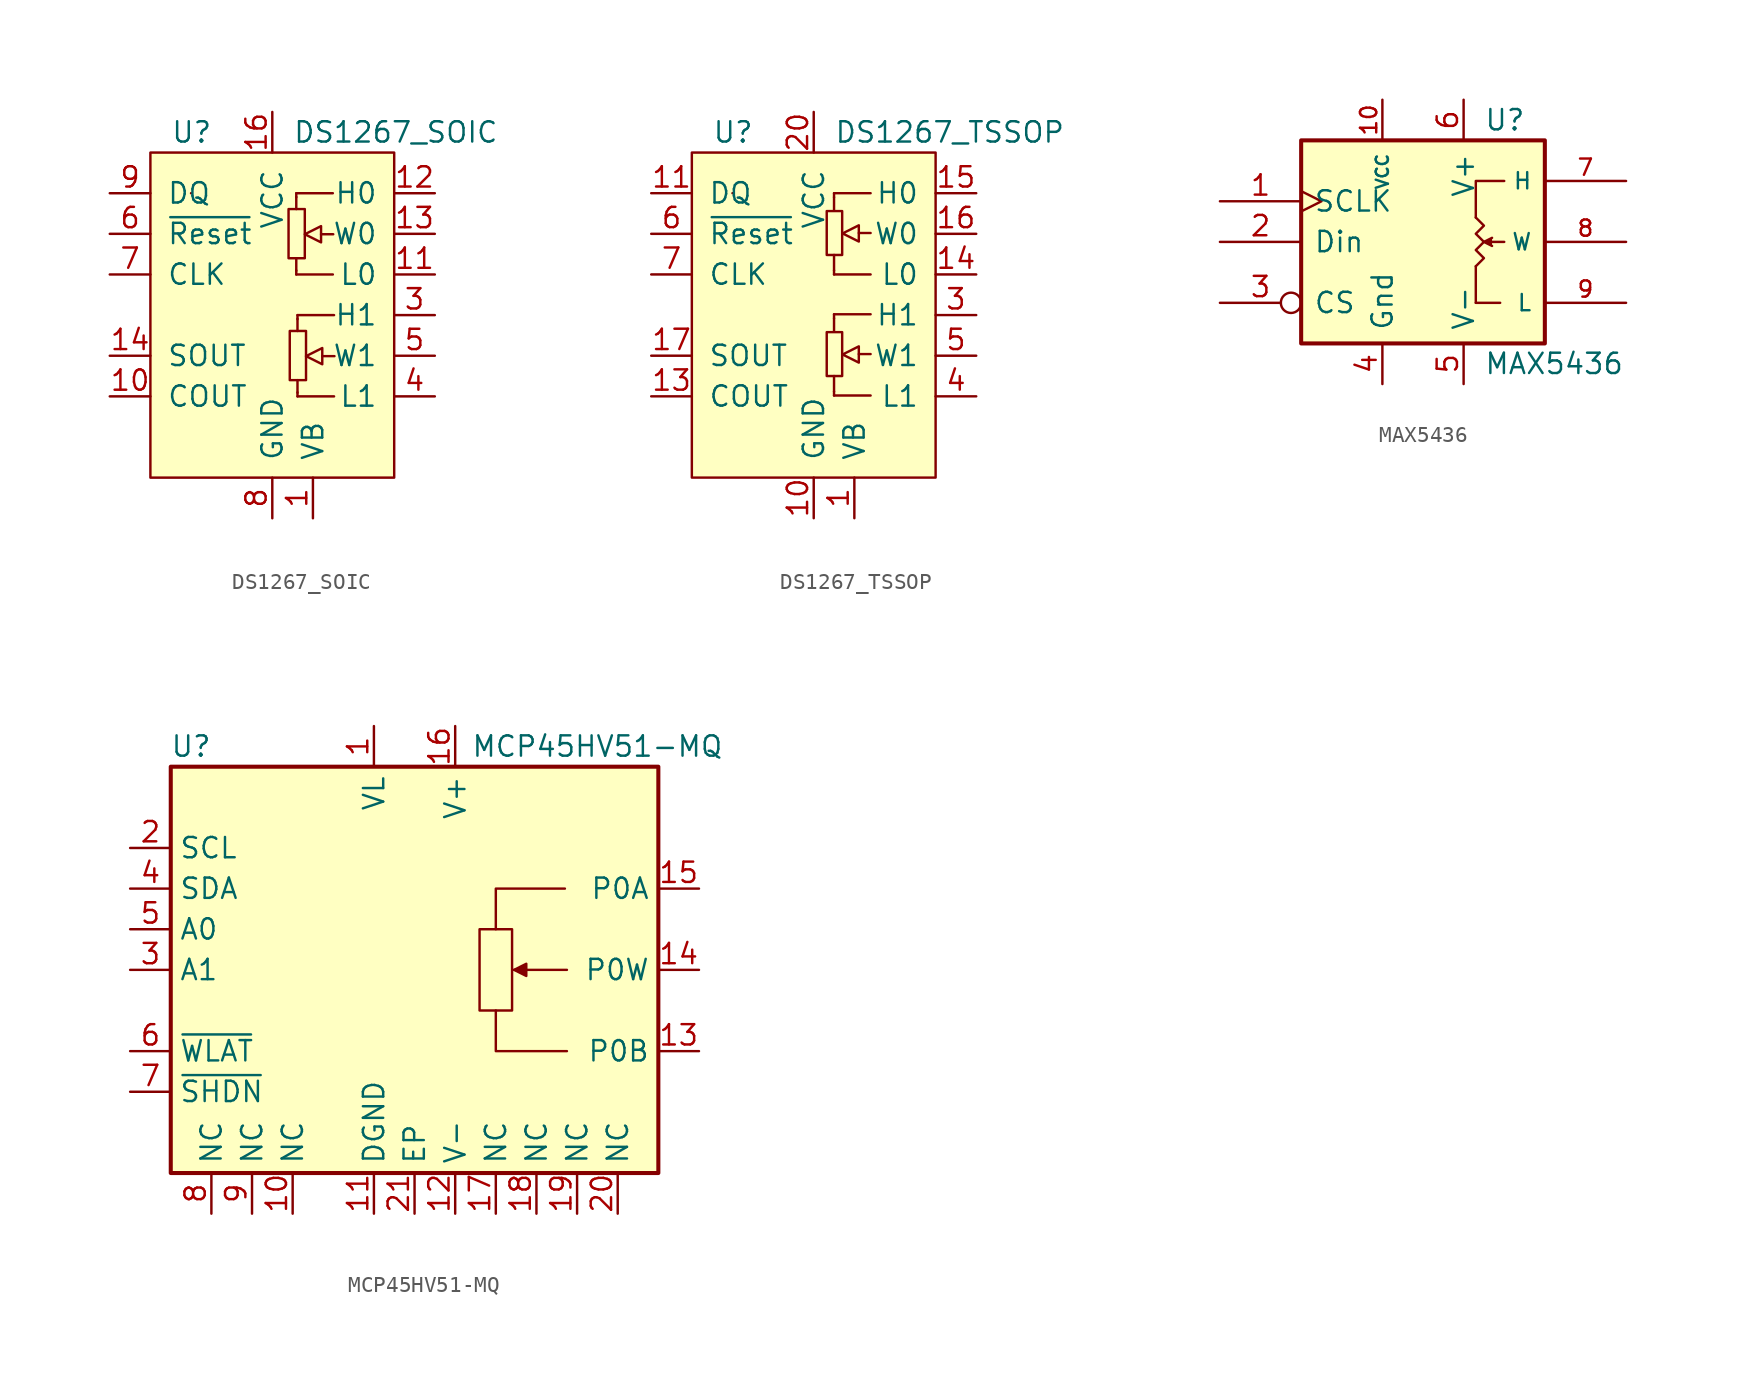
<source format=kicad_sym>
(kicad_symbol_lib
  (version 20211014)
  (generator kicad_symbol_editor)
  (symbol "DS1267_SOIC"
    (pin_names
      (offset 1.016))
    (property "Reference" "U"
      (at -6.35 11.43 0)
      (effects (font (size 1.27 1.27)) (justify left)))
    (property "Value" "DS1267_SOIC"
      (at 1.27 11.43 0)
      (effects (font (size 1.27 1.27)) (justify left)))
    (symbol "DS1267_SOIC_0_1"
      (rectangle (start -7.62 10.16) (end 7.62 -10.16) (stroke (width 0) (type default) (color 0 0 0 0)) (fill (type background)))
      (rectangle (start -5.08 7.62) (end -5.08 7.62) (stroke (width 0) (type default) (color 0 0 0 0)) (fill (type none)))
      (polyline (pts (xy 1.499 2.769) (xy 1.499 3.556)) (stroke (width 0) (type default) (color 0 0 0 0)) (fill (type none)))
      (polyline (pts (xy 1.499 6.629) (xy 1.499 7.391)) (stroke (width 0) (type default) (color 0 0 0 0)) (fill (type none)))
      (polyline (pts (xy 1.575 -4.851) (xy 1.575 -4.064)) (stroke (width 0) (type default) (color 0 0 0 0)) (fill (type none)))
      (polyline (pts (xy 1.575 -0.991) (xy 1.575 -0.229)) (stroke (width 0) (type default) (color 0 0 0 0)) (fill (type none)))
      (polyline (pts (xy 3.048 5.055) (xy 3.81 5.055)) (stroke (width 0) (type default) (color 0 0 0 0)) (fill (type none)))
      (polyline (pts (xy 3.124 -2.565) (xy 3.886 -2.565)) (stroke (width 0) (type default) (color 0 0 0 0)) (fill (type none)))
      (polyline (pts (xy 1.499 2.54) (xy 1.499 2.794) (xy 1.499 2.794)) (stroke (width 0) (type default) (color 0 0 0 0)) (fill (type background)))
      (polyline (pts (xy 1.499 2.54) (xy 3.785 2.54) (xy 3.785 2.54)) (stroke (width 0) (type default) (color 0 0 0 0)) (fill (type background)))
      (polyline (pts (xy 1.499 7.62) (xy 1.499 7.366) (xy 1.499 7.366)) (stroke (width 0) (type default) (color 0 0 0 0)) (fill (type none)))
      (polyline (pts (xy 1.499 7.62) (xy 3.785 7.62) (xy 3.785 7.62)) (stroke (width 0) (type default) (color 0 0 0 0)) (fill (type background)))
      (polyline (pts (xy 1.575 -5.08) (xy 1.575 -4.826) (xy 1.575 -4.826)) (stroke (width 0) (type default) (color 0 0 0 0)) (fill (type background)))
      (polyline (pts (xy 1.575 -5.08) (xy 3.861 -5.08) (xy 3.861 -5.08)) (stroke (width 0) (type default) (color 0 0 0 0)) (fill (type background)))
      (polyline (pts (xy 1.575 0) (xy 1.575 -0.254) (xy 1.575 -0.254)) (stroke (width 0) (type default) (color 0 0 0 0)) (fill (type none)))
      (polyline (pts (xy 1.575 0) (xy 3.861 0) (xy 3.861 0)) (stroke (width 0) (type default) (color 0 0 0 0)) (fill (type background)))
      (polyline (pts (xy 3.048 5.563) (xy 3.048 4.547) (xy 2.032 5.055) (xy 3.048 5.563) (xy 3.048 5.563)) (stroke (width 0) (type default) (color 0 0 0 0)) (fill (type background)))
      (polyline (pts (xy 3.124 -2.057) (xy 3.124 -3.073) (xy 2.108 -2.565) (xy 3.124 -2.057) (xy 3.124 -2.057)) (stroke (width 0) (type default) (color 0 0 0 0)) (fill (type background)))
      (rectangle (start 2.032 6.629) (end 1.016 3.556) (stroke (width 0) (type default) (color 0 0 0 0)) (fill (type none)))
      (rectangle (start 2.108 -0.991) (end 1.092 -4.064) (stroke (width 0) (type default) (color 0 0 0 0)) (fill (type none))))
    (symbol "DS1267_SOIC_1_1"
      (pin power_in line (at 2.54 -12.7 90) (length 2.54) (name "VB" (effects (font (size 1.27 1.27)))) (number "1" (effects (font (size 1.27 1.27)))))
      (pin output line (at -10.16 -5.08 0) (length 2.54) (name "COUT" (effects (font (size 1.27 1.27)))) (number "10" (effects (font (size 1.27 1.27)))))
      (pin passive line (at 10.16 2.54 180) (length 2.54) (name "L0" (effects (font (size 1.27 1.27)))) (number "11" (effects (font (size 1.27 1.27)))))
      (pin passive line (at 10.16 7.62 180) (length 2.54) (name "H0" (effects (font (size 1.27 1.27)))) (number "12" (effects (font (size 1.27 1.27)))))
      (pin passive line (at 10.16 5.08 180) (length 2.54) (name "W0" (effects (font (size 1.27 1.27)))) (number "13" (effects (font (size 1.27 1.27)))))
      (pin output line (at -10.16 -2.54 0) (length 2.54) (name "SOUT" (effects (font (size 1.27 1.27)))) (number "14" (effects (font (size 1.27 1.27)))))
      (pin power_in line (at 0 12.7 270) (length 2.54) (name "VCC" (effects (font (size 1.27 1.27)))) (number "16" (effects (font (size 1.27 1.27)))))
      (pin passive line (at 10.16 0 180) (length 2.54) (name "H1" (effects (font (size 1.27 1.27)))) (number "3" (effects (font (size 1.27 1.27)))))
      (pin passive line (at 10.16 -5.08 180) (length 2.54) (name "L1" (effects (font (size 1.27 1.27)))) (number "4" (effects (font (size 1.27 1.27)))))
      (pin passive line (at 10.16 -2.54 180) (length 2.54) (name "W1" (effects (font (size 1.27 1.27)))) (number "5" (effects (font (size 1.27 1.27)))))
      (pin input line (at -10.16 5.08 0) (length 2.54) (name "~{Reset}" (effects (font (size 1.27 1.27)))) (number "6" (effects (font (size 1.27 1.27)))))
      (pin input line (at -10.16 2.54 0) (length 2.54) (name "CLK" (effects (font (size 1.27 1.27)))) (number "7" (effects (font (size 1.27 1.27)))))
      (pin power_in line (at 0 -12.7 90) (length 2.54) (name "GND" (effects (font (size 1.27 1.27)))) (number "8" (effects (font (size 1.27 1.27)))))
      (pin input line (at -10.16 7.62 0) (length 2.54) (name "DQ" (effects (font (size 1.27 1.27)))) (number "9" (effects (font (size 1.27 1.27)))))))
  (symbol "DS1267_TSSOP"
    (pin_names
      (offset 1.016))
    (property "Reference" "U"
      (at -6.35 11.43 0)
      (effects (font (size 1.27 1.27)) (justify left)))
    (property "Value" "DS1267_TSSOP"
      (at 1.27 11.43 0)
      (effects (font (size 1.27 1.27)) (justify left)))
    (symbol "DS1267_TSSOP_0_1"
      (rectangle (start -7.62 10.16) (end 7.62 -10.16) (stroke (width 0) (type default) (color 0 0 0 0)) (fill (type background)))
      (rectangle (start -5.08 7.62) (end -5.08 7.62) (stroke (width 0) (type default) (color 0 0 0 0)) (fill (type none)))
      (polyline (pts (xy 1.27 -4.775) (xy 1.27 -3.81)) (stroke (width 0) (type default) (color 0 0 0 0)) (fill (type none)))
      (polyline (pts (xy 1.27 -0.203) (xy 1.27 -1.041)) (stroke (width 0) (type default) (color 0 0 0 0)) (fill (type none)))
      (polyline (pts (xy 1.27 2.794) (xy 1.27 3.759)) (stroke (width 0) (type default) (color 0 0 0 0)) (fill (type none)))
      (polyline (pts (xy 1.27 7.366) (xy 1.27 6.528)) (stroke (width 0) (type default) (color 0 0 0 0)) (fill (type none)))
      (polyline (pts (xy 2.819 -2.438) (xy 3.556 -2.438)) (stroke (width 0) (type default) (color 0 0 0 0)) (fill (type none)))
      (polyline (pts (xy 2.819 5.131) (xy 3.556 5.131)) (stroke (width 0) (type default) (color 0 0 0 0)) (fill (type none)))
      (polyline (pts (xy 1.27 -5.029) (xy 1.27 -4.775) (xy 1.27 -4.775)) (stroke (width 0) (type default) (color 0 0 0 0)) (fill (type background)))
      (polyline (pts (xy 1.27 -5.029) (xy 3.556 -5.029) (xy 3.556 -5.029)) (stroke (width 0) (type default) (color 0 0 0 0)) (fill (type background)))
      (polyline (pts (xy 1.27 0.051) (xy 1.27 -0.203) (xy 1.27 -0.203)) (stroke (width 0) (type default) (color 0 0 0 0)) (fill (type none)))
      (polyline (pts (xy 1.27 0.051) (xy 3.556 0.051) (xy 3.556 0.051)) (stroke (width 0) (type default) (color 0 0 0 0)) (fill (type background)))
      (polyline (pts (xy 1.27 2.54) (xy 1.27 2.794) (xy 1.27 2.794)) (stroke (width 0) (type default) (color 0 0 0 0)) (fill (type background)))
      (polyline (pts (xy 1.27 2.54) (xy 3.556 2.54) (xy 3.556 2.54)) (stroke (width 0) (type default) (color 0 0 0 0)) (fill (type background)))
      (polyline (pts (xy 1.27 7.62) (xy 1.27 7.366) (xy 1.27 7.366)) (stroke (width 0) (type default) (color 0 0 0 0)) (fill (type none)))
      (polyline (pts (xy 1.27 7.62) (xy 3.556 7.62) (xy 3.556 7.62)) (stroke (width 0) (type default) (color 0 0 0 0)) (fill (type background)))
      (polyline (pts (xy 2.819 -1.956) (xy 2.819 -2.972) (xy 1.803 -2.464) (xy 2.819 -1.956) (xy 2.819 -1.956)) (stroke (width 0) (type default) (color 0 0 0 0)) (fill (type background)))
      (polyline (pts (xy 2.819 5.613) (xy 2.819 4.597) (xy 1.803 5.105) (xy 2.819 5.613) (xy 2.819 5.613)) (stroke (width 0) (type default) (color 0 0 0 0)) (fill (type background)))
      (rectangle (start 0.813 -1.067) (end 1.778 -3.81) (stroke (width 0) (type default) (color 0 0 0 0)) (fill (type none)))
      (rectangle (start 0.813 6.502) (end 1.778 3.759) (stroke (width 0) (type default) (color 0 0 0 0)) (fill (type none))))
    (symbol "DS1267_TSSOP_1_1"
      (pin power_in line (at 2.54 -12.7 90) (length 2.54) (name "VB" (effects (font (size 1.27 1.27)))) (number "1" (effects (font (size 1.27 1.27)))))
      (pin power_in line (at 0 -12.7 90) (length 2.54) (name "GND" (effects (font (size 1.27 1.27)))) (number "10" (effects (font (size 1.27 1.27)))))
      (pin input line (at -10.16 7.62 0) (length 2.54) (name "DQ" (effects (font (size 1.27 1.27)))) (number "11" (effects (font (size 1.27 1.27)))))
      (pin output line (at -10.16 -5.08 0) (length 2.54) (name "COUT" (effects (font (size 1.27 1.27)))) (number "13" (effects (font (size 1.27 1.27)))))
      (pin passive line (at 10.16 2.54 180) (length 2.54) (name "L0" (effects (font (size 1.27 1.27)))) (number "14" (effects (font (size 1.27 1.27)))))
      (pin passive line (at 10.16 7.62 180) (length 2.54) (name "H0" (effects (font (size 1.27 1.27)))) (number "15" (effects (font (size 1.27 1.27)))))
      (pin passive line (at 10.16 5.08 180) (length 2.54) (name "W0" (effects (font (size 1.27 1.27)))) (number "16" (effects (font (size 1.27 1.27)))))
      (pin output line (at -10.16 -2.54 0) (length 2.54) (name "SOUT" (effects (font (size 1.27 1.27)))) (number "17" (effects (font (size 1.27 1.27)))))
      (pin power_in line (at 0 12.7 270) (length 2.54) (name "VCC" (effects (font (size 1.27 1.27)))) (number "20" (effects (font (size 1.27 1.27)))))
      (pin passive line (at 10.16 0 180) (length 2.54) (name "H1" (effects (font (size 1.27 1.27)))) (number "3" (effects (font (size 1.27 1.27)))))
      (pin passive line (at 10.16 -5.08 180) (length 2.54) (name "L1" (effects (font (size 1.27 1.27)))) (number "4" (effects (font (size 1.27 1.27)))))
      (pin passive line (at 10.16 -2.54 180) (length 2.54) (name "W1" (effects (font (size 1.27 1.27)))) (number "5" (effects (font (size 1.27 1.27)))))
      (pin input line (at -10.16 5.08 0) (length 2.54) (name "~{Reset}" (effects (font (size 1.27 1.27)))) (number "6" (effects (font (size 1.27 1.27)))))
      (pin input line (at -10.16 2.54 0) (length 2.54) (name "CLK" (effects (font (size 1.27 1.27)))) (number "7" (effects (font (size 1.27 1.27)))))))
  (symbol "MAX5436"
    (pin_names
      (offset 0.762))
    (property "Reference" "U"
      (at 3.81 7.62 0)
      (effects (font (size 1.27 1.27)) (justify left)))
    (property "Value" "MAX5436"
      (at 3.81 -7.62 0)
      (effects (font (size 1.27 1.27)) (justify left)))
    (symbol "MAX5436_0_1"
      (rectangle (start -7.62 6.35) (end 7.62 -6.35) (stroke (width 0.254) (type default) (color 0 0 0 0)) (fill (type background)))
      (polyline (pts (xy 3.302 -1.524) (xy 3.302 -3.81)) (stroke (width 0) (type default) (color 0 0 0 0)) (fill (type none)))
      (polyline (pts (xy 4.826 -3.81) (xy 3.302 -3.81)) (stroke (width 0) (type default) (color 0 0 0 0)) (fill (type none)))
      (polyline (pts (xy 5.08 0) (xy 4.318 0)) (stroke (width 0) (type default) (color 0 0 0 0)) (fill (type none)))
      (polyline (pts (xy 3.302 1.524) (xy 3.302 3.81) (xy 5.08 3.81)) (stroke (width 0) (type default) (color 0 0 0 0)) (fill (type none)))
      (polyline (pts (xy 4.318 -0.254) (xy 3.81 0) (xy 4.318 0.254)) (stroke (width 0) (type default) (color 0 0 0 0)) (fill (type outline)))
      (polyline (pts (xy 3.81 0) (xy 3.302 0.508) (xy 3.81 1.016) (xy 3.302 1.524)) (stroke (width 0) (type default) (color 0 0 0 0)) (fill (type none)))
      (polyline (pts (xy 3.81 0) (xy 3.302 -0.508) (xy 3.81 -1.016) (xy 3.302 -1.524) (xy 3.302 -1.524)) (stroke (width 0) (type default) (color 0 0 0 0)) (fill (type none))))
    (symbol "MAX5436_1_1"
      (pin input clock (at -12.7 2.54 0) (length 5.08) (name "SCLK" (effects (font (size 1.27 1.27)))) (number "1" (effects (font (size 1.27 1.27)))))
      (pin power_in line (at -2.54 8.89 270) (length 2.54) (name "VCC" (effects (font (size 0.762 0.762)))) (number "10" (effects (font (size 1.016 1.016)))))
      (pin input line (at -12.7 0 0) (length 5.08) (name "Din" (effects (font (size 1.27 1.27)))) (number "2" (effects (font (size 1.27 1.27)))))
      (pin input inverted (at -12.7 -3.81 0) (length 5.08) (name "CS" (effects (font (size 1.27 1.27)))) (number "3" (effects (font (size 1.27 1.27)))))
      (pin power_in line (at -2.54 -8.89 90) (length 2.54) (name "Gnd" (effects (font (size 1.27 1.27)))) (number "4" (effects (font (size 1.27 1.27)))))
      (pin power_in line (at 2.54 -8.89 90) (length 2.54) (name "V-" (effects (font (size 1.27 1.27)))) (number "5" (effects (font (size 1.27 1.27)))))
      (pin power_in line (at 2.54 8.89 270) (length 2.54) (name "V+" (effects (font (size 1.27 1.27)))) (number "6" (effects (font (size 1.27 1.27)))))
      (pin passive line (at 12.7 3.81 180) (length 5.08) (name "H" (effects (font (size 1.016 1.016)))) (number "7" (effects (font (size 1.016 1.016)))))
      (pin passive line (at 12.7 0 180) (length 5.08) (name "W" (effects (font (size 1.016 1.016)))) (number "8" (effects (font (size 1.016 1.016)))))
      (pin passive line (at 12.7 -3.81 180) (length 5.08) (name "L" (effects (font (size 1.016 1.016)))) (number "9" (effects (font (size 1.016 1.016)))))))
  (symbol "MCP45HV51-MQ"
    (property "Reference" "U"
      (at -13.97 13.97 0)
      (effects (font (size 1.27 1.27))))
    (property "Value" "MCP45HV51-MQ"
      (at 11.43 13.97 0)
      (effects (font (size 1.27 1.27))))
    (symbol "MCP45HV51-MQ_0_1"
      (polyline (pts (xy 9.525 0) (xy 6.223 0)) (stroke (width 0) (type default) (color 0 0 0 0)) (fill (type none)))
      (polyline (pts (xy 5.08 -2.54) (xy 5.08 -5.08) (xy 9.525 -5.08)) (stroke (width 0) (type default) (color 0 0 0 0)) (fill (type none)))
      (polyline (pts (xy 5.08 2.54) (xy 5.08 5.08) (xy 9.398 5.08)) (stroke (width 0) (type default) (color 0 0 0 0)) (fill (type none)))
      (polyline (pts (xy 6.223 0) (xy 6.985 0.381) (xy 6.985 -0.381) (xy 6.223 0)) (stroke (width 0) (type default) (color 0 0 0 0)) (fill (type outline)))
      (rectangle (start 6.096 2.54) (end 4.064 -2.54) (stroke (width 0) (type default) (color 0 0 0 0)) (fill (type none))))
    (symbol "MCP45HV51-MQ_1_1"
      (rectangle (start -15.24 12.7) (end 15.24 -12.7) (stroke (width 0.254) (type default) (color 0 0 0 0)) (fill (type background)))
      (pin power_in line (at -2.54 15.24 270) (length 2.54) (name "VL" (effects (font (size 1.27 1.27)))) (number "1" (effects (font (size 1.27 1.27)))))
      (pin passive line (at -7.62 -15.24 90) (length 2.54) (name "NC" (effects (font (size 1.27 1.27)))) (number "10" (effects (font (size 1.27 1.27)))))
      (pin power_in line (at -2.54 -15.24 90) (length 2.54) (name "DGND" (effects (font (size 1.27 1.27)))) (number "11" (effects (font (size 1.27 1.27)))))
      (pin power_in line (at 2.54 -15.24 90) (length 2.54) (name "V-" (effects (font (size 1.27 1.27)))) (number "12" (effects (font (size 1.27 1.27)))))
      (pin passive line (at 17.78 -5.08 180) (length 2.54) (name "P0B" (effects (font (size 1.27 1.27)))) (number "13" (effects (font (size 1.27 1.27)))))
      (pin passive line (at 17.78 0 180) (length 2.54) (name "P0W" (effects (font (size 1.27 1.27)))) (number "14" (effects (font (size 1.27 1.27)))))
      (pin passive line (at 17.78 5.08 180) (length 2.54) (name "P0A" (effects (font (size 1.27 1.27)))) (number "15" (effects (font (size 1.27 1.27)))))
      (pin power_in line (at 2.54 15.24 270) (length 2.54) (name "V+" (effects (font (size 1.27 1.27)))) (number "16" (effects (font (size 1.27 1.27)))))
      (pin passive line (at 5.08 -15.24 90) (length 2.54) (name "NC" (effects (font (size 1.27 1.27)))) (number "17" (effects (font (size 1.27 1.27)))))
      (pin passive line (at 7.62 -15.24 90) (length 2.54) (name "NC" (effects (font (size 1.27 1.27)))) (number "18" (effects (font (size 1.27 1.27)))))
      (pin passive line (at 10.16 -15.24 90) (length 2.54) (name "NC" (effects (font (size 1.27 1.27)))) (number "19" (effects (font (size 1.27 1.27)))))
      (pin input line (at -17.78 7.62 0) (length 2.54) (name "SCL" (effects (font (size 1.27 1.27)))) (number "2" (effects (font (size 1.27 1.27)))))
      (pin passive line (at 12.7 -15.24 90) (length 2.54) (name "NC" (effects (font (size 1.27 1.27)))) (number "20" (effects (font (size 1.27 1.27)))))
      (pin power_in line (at 0 -15.24 90) (length 2.54) (name "EP" (effects (font (size 1.27 1.27)))) (number "21" (effects (font (size 1.27 1.27)))))
      (pin input line (at -17.78 0 0) (length 2.54) (name "A1" (effects (font (size 1.27 1.27)))) (number "3" (effects (font (size 1.27 1.27)))))
      (pin bidirectional line (at -17.78 5.08 0) (length 2.54) (name "SDA" (effects (font (size 1.27 1.27)))) (number "4" (effects (font (size 1.27 1.27)))))
      (pin input line (at -17.78 2.54 0) (length 2.54) (name "A0" (effects (font (size 1.27 1.27)))) (number "5" (effects (font (size 1.27 1.27)))))
      (pin input line (at -17.78 -5.08 0) (length 2.54) (name "~{WLAT}" (effects (font (size 1.27 1.27)))) (number "6" (effects (font (size 1.27 1.27)))))
      (pin input line (at -17.78 -7.62 0) (length 2.54) (name "~{SHDN}" (effects (font (size 1.27 1.27)))) (number "7" (effects (font (size 1.27 1.27)))))
      (pin passive line (at -12.7 -15.24 90) (length 2.54) (name "NC" (effects (font (size 1.27 1.27)))) (number "8" (effects (font (size 1.27 1.27)))))
      (pin passive line (at -10.16 -15.24 90) (length 2.54) (name "NC" (effects (font (size 1.27 1.27)))) (number "9" (effects (font (size 1.27 1.27))))))))
</source>
